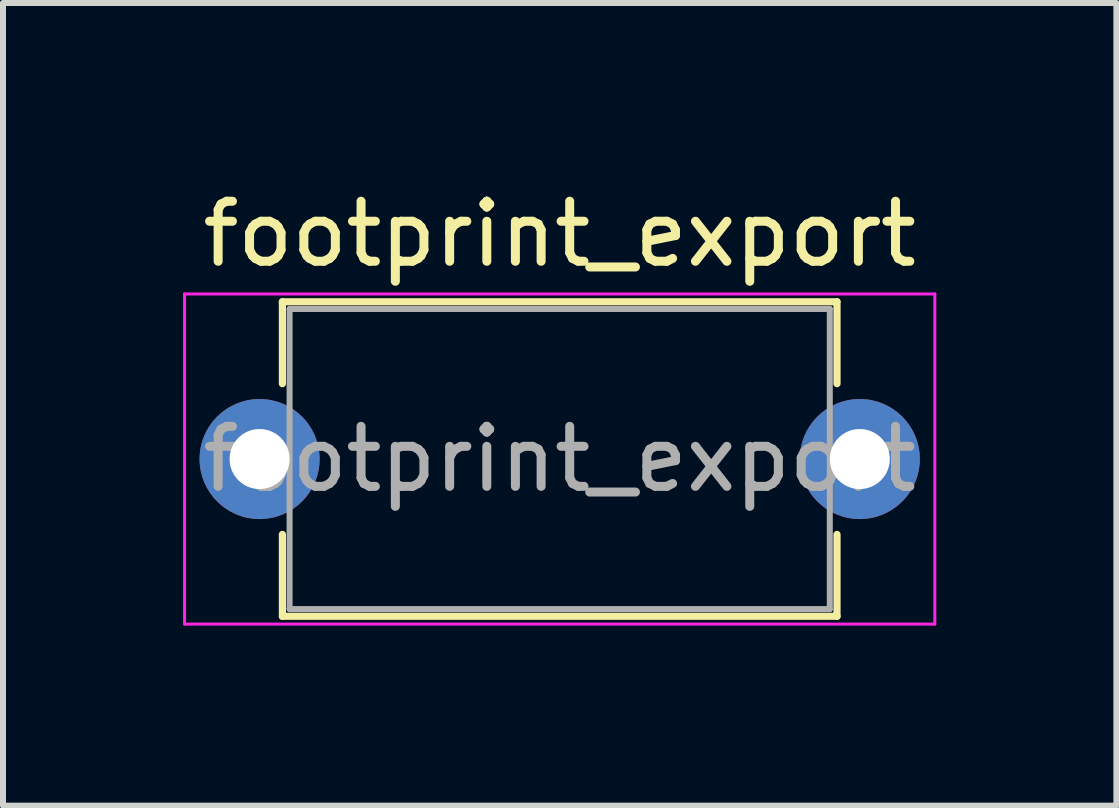
<source format=kicad_pcb>
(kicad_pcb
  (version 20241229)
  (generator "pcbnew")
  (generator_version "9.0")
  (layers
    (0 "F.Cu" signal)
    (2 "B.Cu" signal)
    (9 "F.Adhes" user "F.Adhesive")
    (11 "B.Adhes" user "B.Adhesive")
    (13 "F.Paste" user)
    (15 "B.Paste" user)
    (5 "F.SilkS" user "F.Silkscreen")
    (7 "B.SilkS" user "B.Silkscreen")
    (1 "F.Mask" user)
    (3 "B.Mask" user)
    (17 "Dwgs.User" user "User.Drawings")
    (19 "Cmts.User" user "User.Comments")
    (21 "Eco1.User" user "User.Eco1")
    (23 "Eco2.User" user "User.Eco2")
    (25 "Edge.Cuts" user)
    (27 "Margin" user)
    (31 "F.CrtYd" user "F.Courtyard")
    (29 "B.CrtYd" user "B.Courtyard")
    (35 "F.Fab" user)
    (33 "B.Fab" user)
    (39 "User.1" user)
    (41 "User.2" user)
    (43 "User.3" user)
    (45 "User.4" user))
  (footprint "footprint_export"
    (layer "F.Cu")
    (at 1.275 4.598)
    (property "Reference" "footprint_export" (at 5 -3.75 0) (layer "F.SilkS") (effects (font (size 1 1) (thickness 0.15))))
    (attr through_hole)
    (fp_line (start 0.38 -2.62) (end 0.38 -1.256) (stroke (width 0.12) (type solid)) (layer "F.SilkS"))
    (fp_line (start 0.38 -2.62) (end 9.62 -2.62) (stroke (width 0.12) (type solid)) (layer "F.SilkS"))
    (fp_line (start 0.38 1.256) (end 0.38 2.62) (stroke (width 0.12) (type solid)) (layer "F.SilkS"))
    (fp_line (start 0.38 2.62) (end 9.62 2.62) (stroke (width 0.12) (type solid)) (layer "F.SilkS"))
    (fp_line (start 9.62 -2.62) (end 9.62 -1.256) (stroke (width 0.12) (type solid)) (layer "F.SilkS"))
    (fp_line (start 9.62 1.256) (end 9.62 2.62) (stroke (width 0.12) (type solid)) (layer "F.SilkS"))
    (fp_line (start -1.25 -2.75) (end -1.25 2.75) (stroke (width 0.05) (type solid)) (layer "F.CrtYd"))
    (fp_line (start -1.25 2.75) (end 11.25 2.75) (stroke (width 0.05) (type solid)) (layer "F.CrtYd"))
    (fp_line (start 11.25 -2.75) (end -1.25 -2.75) (stroke (width 0.05) (type solid)) (layer "F.CrtYd"))
    (fp_line (start 11.25 2.75) (end 11.25 -2.75) (stroke (width 0.05) (type solid)) (layer "F.CrtYd"))
    (fp_line (start 0.5 -2.5) (end 0.5 2.5) (stroke (width 0.1) (type solid)) (layer "F.Fab"))
    (fp_line (start 0.5 2.5) (end 9.5 2.5) (stroke (width 0.1) (type solid)) (layer "F.Fab"))
    (fp_line (start 9.5 -2.5) (end 0.5 -2.5) (stroke (width 0.1) (type solid)) (layer "F.Fab"))
    (fp_line (start 9.5 2.5) (end 9.5 -2.5) (stroke (width 0.1) (type solid)) (layer "F.Fab"))
    (fp_text user "${REFERENCE}" (at 5 0 0) (layer "F.Fab") (effects (font (size 1 1) (thickness 0.15))))
    (pad "1" thru_hole circle (at 0 0) (size 2 2) (drill 1) (layers "*.Cu" "*.Mask"))
    (pad "2" thru_hole circle (at 10 0) (size 2 2) (drill 1) (layers "*.Cu" "*.Mask")))
  (gr_rect
    (start -3 -3)
    (end 15.55 10.373)
    (stroke (width 0.1) (type default))
    (fill no)
    (layer "Edge.Cuts")))
</source>
